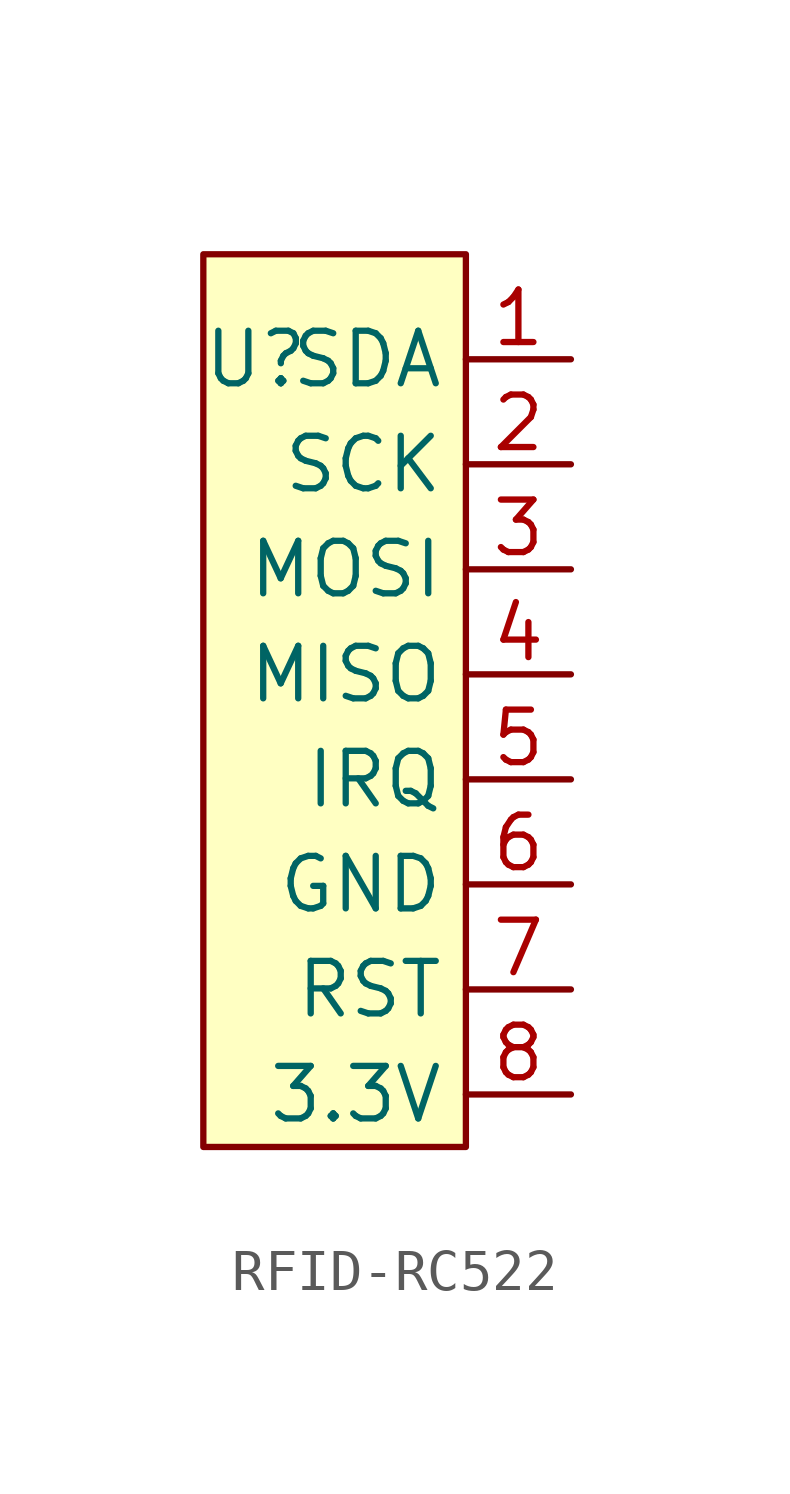
<source format=kicad_sym>
(kicad_symbol_lib
  (version 20220914)
  (generator kicad_symbol_editor)
  (symbol "RFID-RC522"
    (property "Reference" "U"
      (at -2.54 2.54 0)
      (effects (font (size 1.27 1.27))))
    (property "Value" ""
      (at 0 0 0)
      (effects (font (size 1.27 1.27))))
    (symbol "RFID-RC522_0_1"
      (rectangle (start -3.81 5.08) (end 2.54 -16.51) (stroke (width 0) (type default)) (fill (type background))))
    (symbol "RFID-RC522_1_1"
      (pin bidirectional line (at 5.08 2.54 180) (length 2.54) (name "SDA" (effects (font (size 1.27 1.27)))) (number "1" (effects (font (size 1.27 1.27)))))
      (pin bidirectional line (at 5.08 0 180) (length 2.54) (name "SCK" (effects (font (size 1.27 1.27)))) (number "2" (effects (font (size 1.27 1.27)))))
      (pin bidirectional line (at 5.08 -2.54 180) (length 2.54) (name "MOSI" (effects (font (size 1.27 1.27)))) (number "3" (effects (font (size 1.27 1.27)))))
      (pin bidirectional line (at 5.08 -5.08 180) (length 2.54) (name "MISO" (effects (font (size 1.27 1.27)))) (number "4" (effects (font (size 1.27 1.27)))))
      (pin bidirectional line (at 5.08 -7.62 180) (length 2.54) (name "IRQ" (effects (font (size 1.27 1.27)))) (number "5" (effects (font (size 1.27 1.27)))))
      (pin bidirectional line (at 5.08 -10.16 180) (length 2.54) (name "GND" (effects (font (size 1.27 1.27)))) (number "6" (effects (font (size 1.27 1.27)))))
      (pin bidirectional line (at 5.08 -12.7 180) (length 2.54) (name "RST" (effects (font (size 1.27 1.27)))) (number "7" (effects (font (size 1.27 1.27)))))
      (pin bidirectional line (at 5.08 -15.24 180) (length 2.54) (name "3.3V" (effects (font (size 1.27 1.27)))) (number "8" (effects (font (size 1.27 1.27))))))))
</source>
